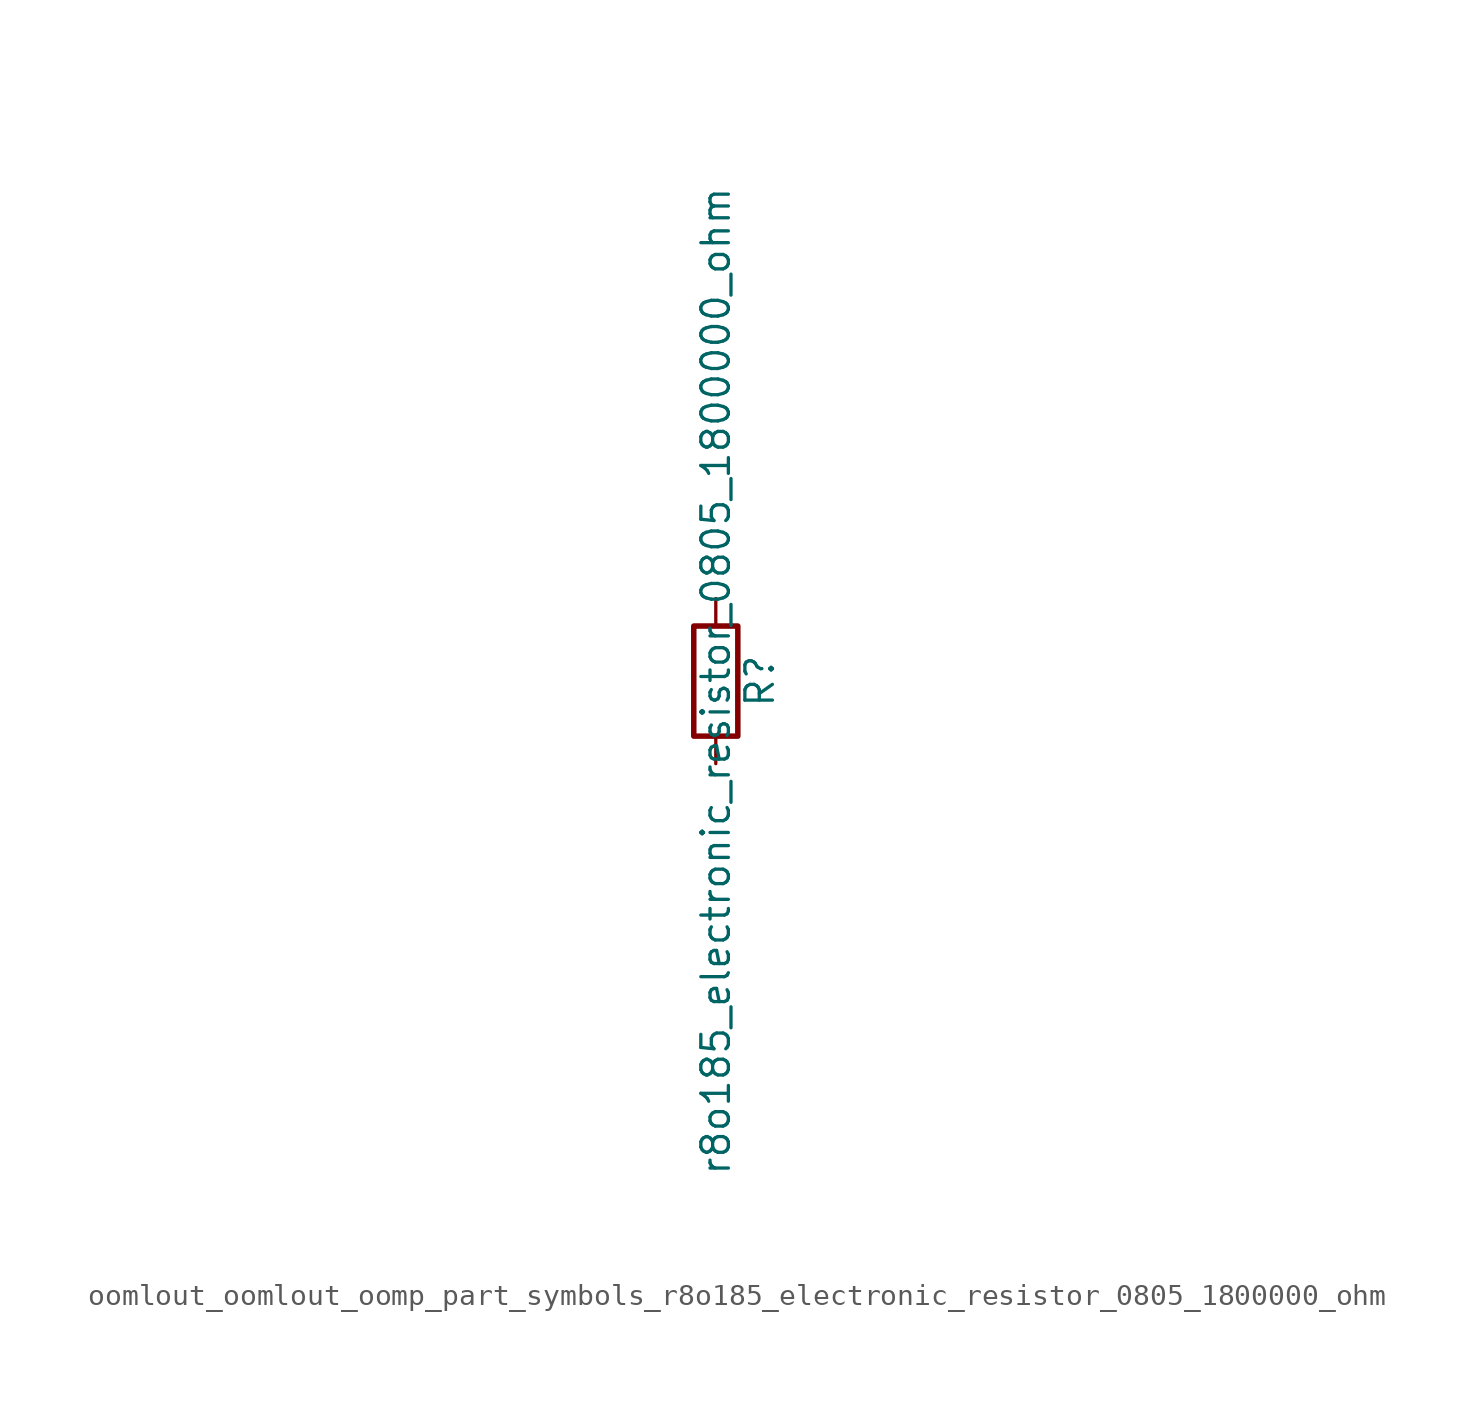
<source format=kicad_sym>
(kicad_symbol_lib
  (version 20220914)
  (generator kicad_symbol_editor)
  (symbol "oomlout_oomlout_oomp_part_symbols_r8o185_electronic_resistor_0805_1800000_ohm"
    (pin_numbers hide)
    (pin_names
      (offset 0))
    (property "Reference" "R"
      (at 2.032 0 90)
      (effects (font (size 1.27 1.27))))
    (property "Value" "r8o185_electronic_resistor_0805_1800000_ohm"
      (at 0 0 90)
      (effects (font (size 1.27 1.27))))
    (symbol "oomlout_oomlout_oomp_part_symbols_r8o185_electronic_resistor_0805_1800000_ohm_0_1"
      (rectangle (start -1.016 -2.54) (end 1.016 2.54) (stroke (width 0.254) (type default)) (fill (type none))))
    (symbol "oomlout_oomlout_oomp_part_symbols_r8o185_electronic_resistor_0805_1800000_ohm_1_1"
      (pin passive line (at 0 3.81 270) (length 1.27) (name "~" (effects (font (size 1.27 1.27)))) (number "1" (effects (font (size 1.27 1.27)))))
      (pin passive line (at 0 -3.81 90) (length 1.27) (name "~" (effects (font (size 1.27 1.27)))) (number "2" (effects (font (size 1.27 1.27))))))))
</source>
